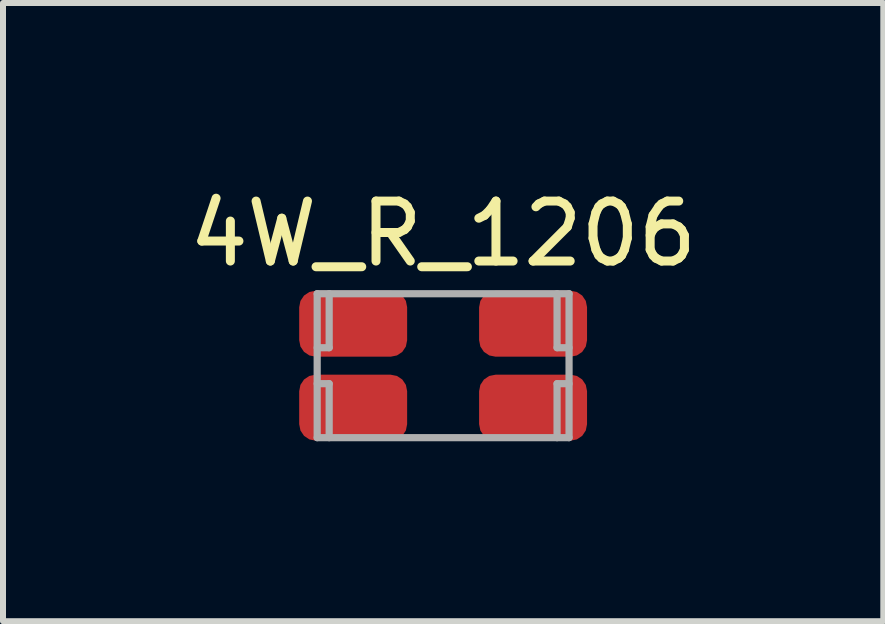
<source format=kicad_pcb>
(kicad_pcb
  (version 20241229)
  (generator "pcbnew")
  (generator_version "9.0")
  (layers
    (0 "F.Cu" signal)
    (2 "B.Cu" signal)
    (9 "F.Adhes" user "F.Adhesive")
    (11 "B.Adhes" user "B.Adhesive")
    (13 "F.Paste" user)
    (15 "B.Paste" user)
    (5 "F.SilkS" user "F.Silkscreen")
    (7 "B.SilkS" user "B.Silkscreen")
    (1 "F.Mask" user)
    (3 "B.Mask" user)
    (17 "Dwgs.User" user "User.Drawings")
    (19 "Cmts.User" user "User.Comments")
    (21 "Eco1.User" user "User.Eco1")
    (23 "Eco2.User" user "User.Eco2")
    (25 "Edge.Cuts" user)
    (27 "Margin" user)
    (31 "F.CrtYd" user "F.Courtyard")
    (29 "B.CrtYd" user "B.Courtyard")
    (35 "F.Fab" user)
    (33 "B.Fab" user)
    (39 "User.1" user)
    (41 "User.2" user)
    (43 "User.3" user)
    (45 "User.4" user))
  (footprint "4W_R_1206"
    (layer "F.Cu")
    (at 4.339 3.048)
    (property "Reference" "4W_R_1206" (at 0 -2.2 0) (layer "F.SilkS") (effects (font (size 1 1) (thickness 0.15))))
    (attr through_hole)
    (fp_line (start -2.1 -1.2) (end 2.1 -1.2) (stroke (width 0.12) (type solid)) (layer "F.Fab"))
    (fp_line (start -2.1 -0.3) (end -1.9 -0.3) (stroke (width 0.12) (type solid)) (layer "F.Fab"))
    (fp_line (start -2.1 0.3) (end -1.9 0.3) (stroke (width 0.12) (type solid)) (layer "F.Fab"))
    (fp_line (start -2.1 1.2) (end -2.1 -1.2) (stroke (width 0.12) (type solid)) (layer "F.Fab"))
    (fp_line (start -1.9 -0.3) (end -1.9 -1.2) (stroke (width 0.12) (type solid)) (layer "F.Fab"))
    (fp_line (start -1.9 1.2) (end -1.9 0.3) (stroke (width 0.12) (type solid)) (layer "F.Fab"))
    (fp_line (start 1.9 -1.2) (end 1.9 -0.3) (stroke (width 0.12) (type solid)) (layer "F.Fab"))
    (fp_line (start 1.9 0.3) (end 1.9 1.2) (stroke (width 0.12) (type solid)) (layer "F.Fab"))
    (fp_line (start 2.1 -1.2) (end 2.1 1.2) (stroke (width 0.12) (type solid)) (layer "F.Fab"))
    (fp_line (start 2.1 -0.3) (end 1.9 -0.3) (stroke (width 0.12) (type solid)) (layer "F.Fab"))
    (fp_line (start 2.1 0.3) (end 1.9 0.3) (stroke (width 0.12) (type solid)) (layer "F.Fab"))
    (fp_line (start 2.1 1.2) (end -2.1 1.2) (stroke (width 0.12) (type solid)) (layer "F.Fab"))
    (pad "1" smd roundrect (at -1.5 -0.7) (size 1.8 1.1) (layers "F.Cu" "F.Mask" "F.Paste") (roundrect_rratio 0.25))
    (pad "2" smd roundrect (at 1.5 -0.7) (size 1.8 1.1) (layers "F.Cu" "F.Mask" "F.Paste") (roundrect_rratio 0.25))
    (pad "3" smd roundrect (at -1.5 0.7) (size 1.8 1.1) (layers "F.Cu" "F.Mask" "F.Paste") (roundrect_rratio 0.25))
    (pad "4" smd roundrect (at 1.5 0.7) (size 1.8 1.1) (layers "F.Cu" "F.Mask" "F.Paste") (roundrect_rratio 0.25)))
  (gr_rect
    (start -3 -3)
    (end 11.679 7.308)
    (stroke (width 0.1) (type default))
    (fill no)
    (layer "Edge.Cuts")))
</source>
